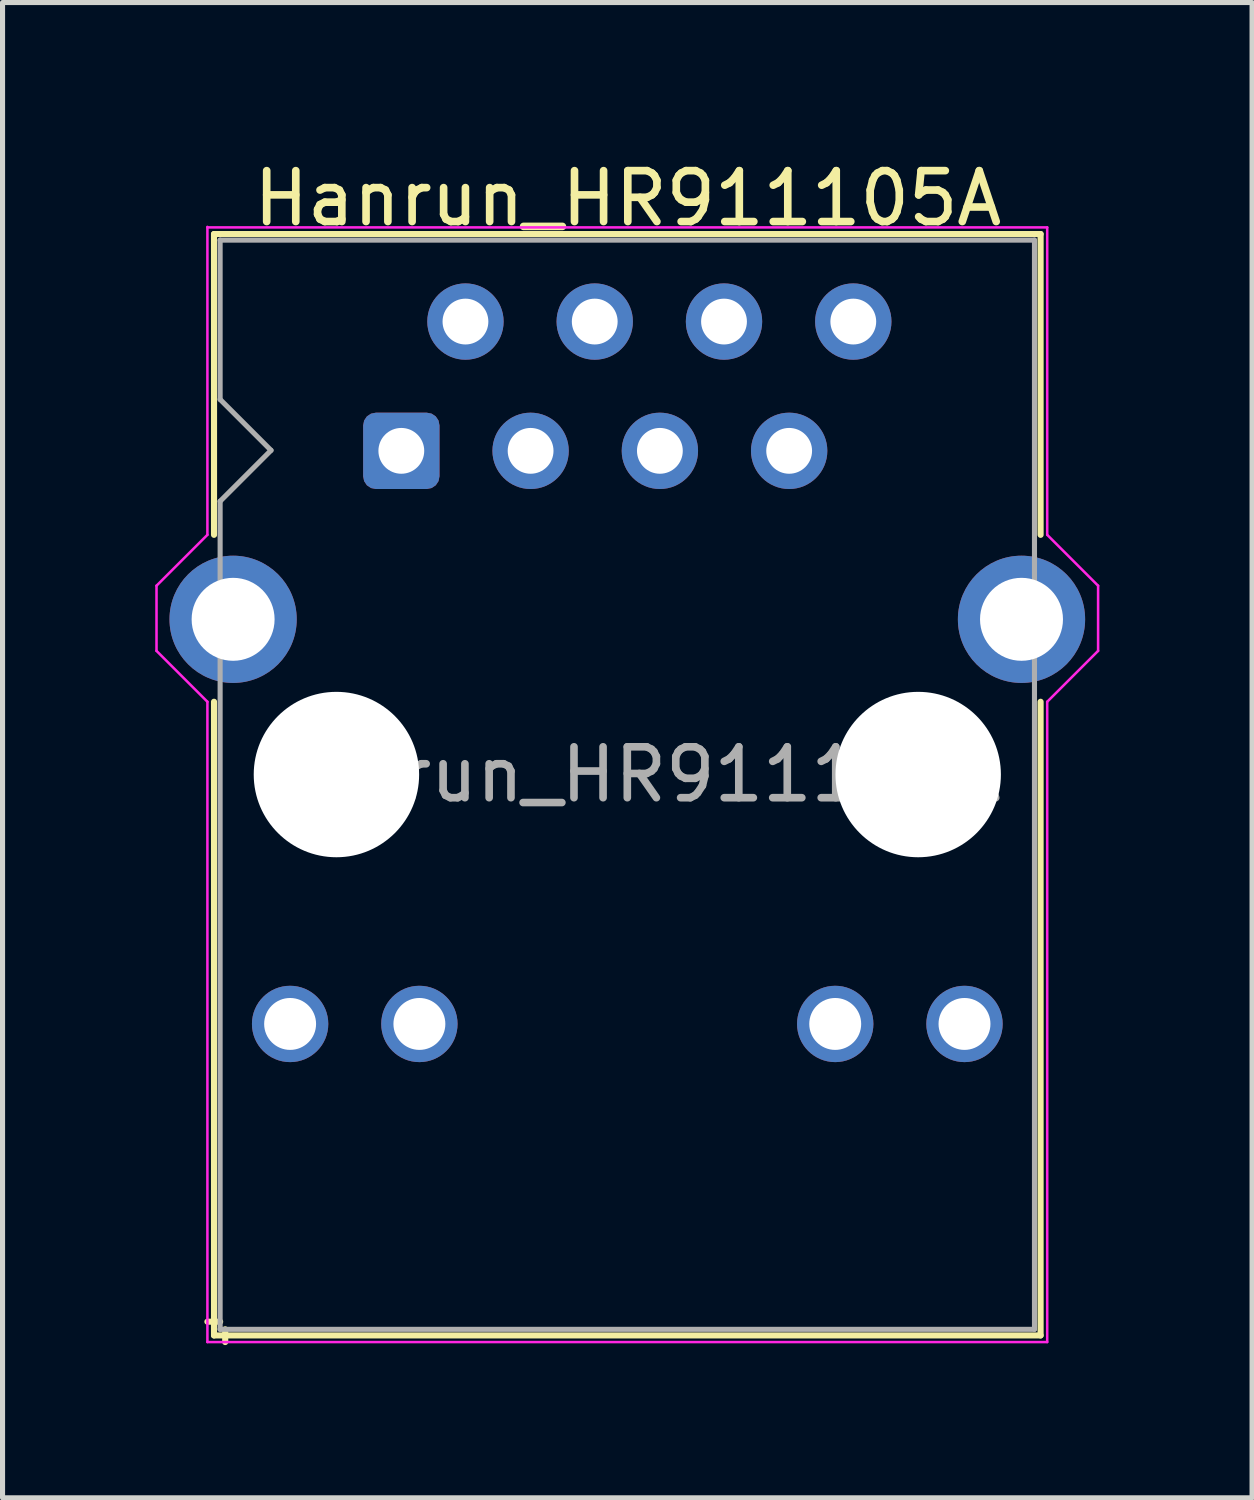
<source format=kicad_pcb>
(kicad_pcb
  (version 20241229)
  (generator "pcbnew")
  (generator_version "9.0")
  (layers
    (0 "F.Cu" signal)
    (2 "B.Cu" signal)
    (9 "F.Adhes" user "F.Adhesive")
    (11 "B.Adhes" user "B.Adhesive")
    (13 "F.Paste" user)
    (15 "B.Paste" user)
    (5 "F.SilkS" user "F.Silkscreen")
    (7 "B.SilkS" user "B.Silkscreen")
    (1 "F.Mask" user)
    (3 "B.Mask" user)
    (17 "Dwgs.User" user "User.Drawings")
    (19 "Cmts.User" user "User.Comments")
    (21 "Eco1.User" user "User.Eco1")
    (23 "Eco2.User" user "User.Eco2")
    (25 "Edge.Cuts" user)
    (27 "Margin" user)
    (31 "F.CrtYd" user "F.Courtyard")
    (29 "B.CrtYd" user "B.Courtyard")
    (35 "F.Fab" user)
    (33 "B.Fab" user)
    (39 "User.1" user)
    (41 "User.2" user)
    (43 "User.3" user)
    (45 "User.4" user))
  (footprint "Hanrun_HR911105A"
    (layer "F.Cu")
    (at 4.835 5.808)
    (property "Reference" "Hanrun_HR911105A" (at 4.45 -4.96 0) (layer "F.SilkS") (effects (font (size 1 1) (thickness 0.15))))
    (attr through_hole)
    (fp_line (start -3.68 -4.26) (end -3.68 1.65) (stroke (width 0.12) (type solid)) (layer "F.SilkS"))
    (fp_line (start -3.68 -4.26) (end 12.56 -4.26) (stroke (width 0.12) (type solid)) (layer "F.SilkS"))
    (fp_line (start -3.68 4.93) (end -3.68 17.38) (stroke (width 0.12) (type solid)) (layer "F.SilkS"))
    (fp_line (start -3.56 17.11) (end -3.81 17.11) (stroke (width 0.12) (type solid)) (layer "F.SilkS"))
    (fp_line (start -3.46 17.26) (end -3.46 17.51) (stroke (width 0.12) (type solid)) (layer "F.SilkS"))
    (fp_line (start 12.56 -4.26) (end 12.56 1.65) (stroke (width 0.12) (type solid)) (layer "F.SilkS"))
    (fp_line (start 12.56 4.93) (end 12.56 17.38) (stroke (width 0.12) (type solid)) (layer "F.SilkS"))
    (fp_line (start 12.56 17.38) (end -3.68 17.38) (stroke (width 0.12) (type solid)) (layer "F.SilkS"))
    (fp_line (start -4.81 3.93) (end -4.81 2.65) (stroke (width 0.05) (type solid)) (layer "F.CrtYd"))
    (fp_line (start -4.81 3.93) (end -3.81 4.93) (stroke (width 0.05) (type solid)) (layer "F.CrtYd"))
    (fp_line (start -3.81 -4.39) (end 12.69 -4.39) (stroke (width 0.05) (type solid)) (layer "F.CrtYd"))
    (fp_line (start -3.81 1.65) (end -4.81 2.65) (stroke (width 0.05) (type solid)) (layer "F.CrtYd"))
    (fp_line (start -3.81 1.65) (end -3.81 -4.4) (stroke (width 0.05) (type solid)) (layer "F.CrtYd"))
    (fp_line (start -3.81 4.93) (end -3.81 17.51) (stroke (width 0.05) (type solid)) (layer "F.CrtYd"))
    (fp_line (start -3.81 17.51) (end 12.69 17.51) (stroke (width 0.05) (type solid)) (layer "F.CrtYd"))
    (fp_line (start 12.69 1.65) (end 12.69 -4.39) (stroke (width 0.05) (type solid)) (layer "F.CrtYd"))
    (fp_line (start 12.69 1.65) (end 13.69 2.65) (stroke (width 0.05) (type solid)) (layer "F.CrtYd"))
    (fp_line (start 12.69 4.93) (end 12.69 17.51) (stroke (width 0.05) (type solid)) (layer "F.CrtYd"))
    (fp_line (start 13.69 3.93) (end 12.69 4.93) (stroke (width 0.05) (type solid)) (layer "F.CrtYd"))
    (fp_line (start 13.69 3.93) (end 13.69 2.65) (stroke (width 0.05) (type solid)) (layer "F.CrtYd"))
    (fp_line (start -3.56 -4.14) (end -3.56 -1.01) (stroke (width 0.1) (type solid)) (layer "F.Fab"))
    (fp_line (start -3.56 -4.14) (end 12.44 -4.14) (stroke (width 0.1) (type solid)) (layer "F.Fab"))
    (fp_line (start -3.56 0.99) (end -3.56 17.26) (stroke (width 0.1) (type solid)) (layer "F.Fab"))
    (fp_line (start -3.56 17.26) (end 12.44 17.26) (stroke (width 0.1) (type solid)) (layer "F.Fab"))
    (fp_line (start -2.56 -0.01) (end -3.56 -1.01) (stroke (width 0.1) (type solid)) (layer "F.Fab"))
    (fp_line (start -2.56 -0.01) (end -3.56 0.99) (stroke (width 0.1) (type solid)) (layer "F.Fab"))
    (fp_line (start 12.44 -4.14) (end 12.44 17.26) (stroke (width 0.1) (type solid)) (layer "F.Fab"))
    (fp_text user "${REFERENCE}" (at 4.44 6.36 0) (layer "F.Fab") (effects (font (size 1 1) (thickness 0.15))))
    (pad "" np_thru_hole circle (at -1.275 6.36) (size 3.25 3.25) (drill 3.25) (layers "*.Cu" "*.Mask"))
    (pad "" np_thru_hole circle (at 10.155 6.36) (size 3.25 3.25) (drill 3.25) (layers "*.Cu" "*.Mask"))
    (pad "1" thru_hole roundrect (at 0 0) (size 1.5 1.5) (drill 0.9) (layers "*.Cu" "*.Mask") (roundrect_rratio 0.167))
    (pad "2" thru_hole circle (at 1.26 -2.54) (size 1.5 1.5) (drill 0.9) (layers "*.Cu" "*.Mask"))
    (pad "3" thru_hole circle (at 2.54 0) (size 1.5 1.5) (drill 0.9) (layers "*.Cu" "*.Mask"))
    (pad "4" thru_hole circle (at 3.8 -2.54) (size 1.5 1.5) (drill 0.9) (layers "*.Cu" "*.Mask"))
    (pad "5" thru_hole circle (at 5.08 0) (size 1.5 1.5) (drill 0.9) (layers "*.Cu" "*.Mask"))
    (pad "6" thru_hole circle (at 6.34 -2.54 90) (size 1.5 1.5) (drill 0.9) (layers "*.Cu" "*.Mask"))
    (pad "7" thru_hole circle (at 7.62 0) (size 1.5 1.5) (drill 0.9) (layers "*.Cu" "*.Mask"))
    (pad "8" thru_hole circle (at 8.88 -2.54) (size 1.5 1.5) (drill 0.9) (layers "*.Cu" "*.Mask"))
    (pad "9" thru_hole circle (at -2.185 11.26) (size 1.5 1.5) (drill 1.02) (layers "*.Cu" "*.Mask"))
    (pad "10" thru_hole circle (at 0.355 11.26) (size 1.5 1.5) (drill 1.02) (layers "*.Cu" "*.Mask"))
    (pad "11" thru_hole circle (at 8.525 11.26) (size 1.5 1.5) (drill 1.02) (layers "*.Cu" "*.Mask"))
    (pad "12" thru_hole circle (at 11.065 11.26) (size 1.5 1.5) (drill 1.02) (layers "*.Cu" "*.Mask"))
    (pad "SH" thru_hole circle (at -3.305 3.31) (size 2.5 2.5) (drill 1.63) (layers "*.Cu" "*.Mask"))
    (pad "SH" thru_hole circle (at 12.185 3.31) (size 2.5 2.5) (drill 1.63) (layers "*.Cu" "*.Mask")))
  (gr_rect
    (start -3 -3)
    (end 21.55 26.378)
    (stroke (width 0.1) (type default))
    (fill no)
    (layer "Edge.Cuts")))
</source>
